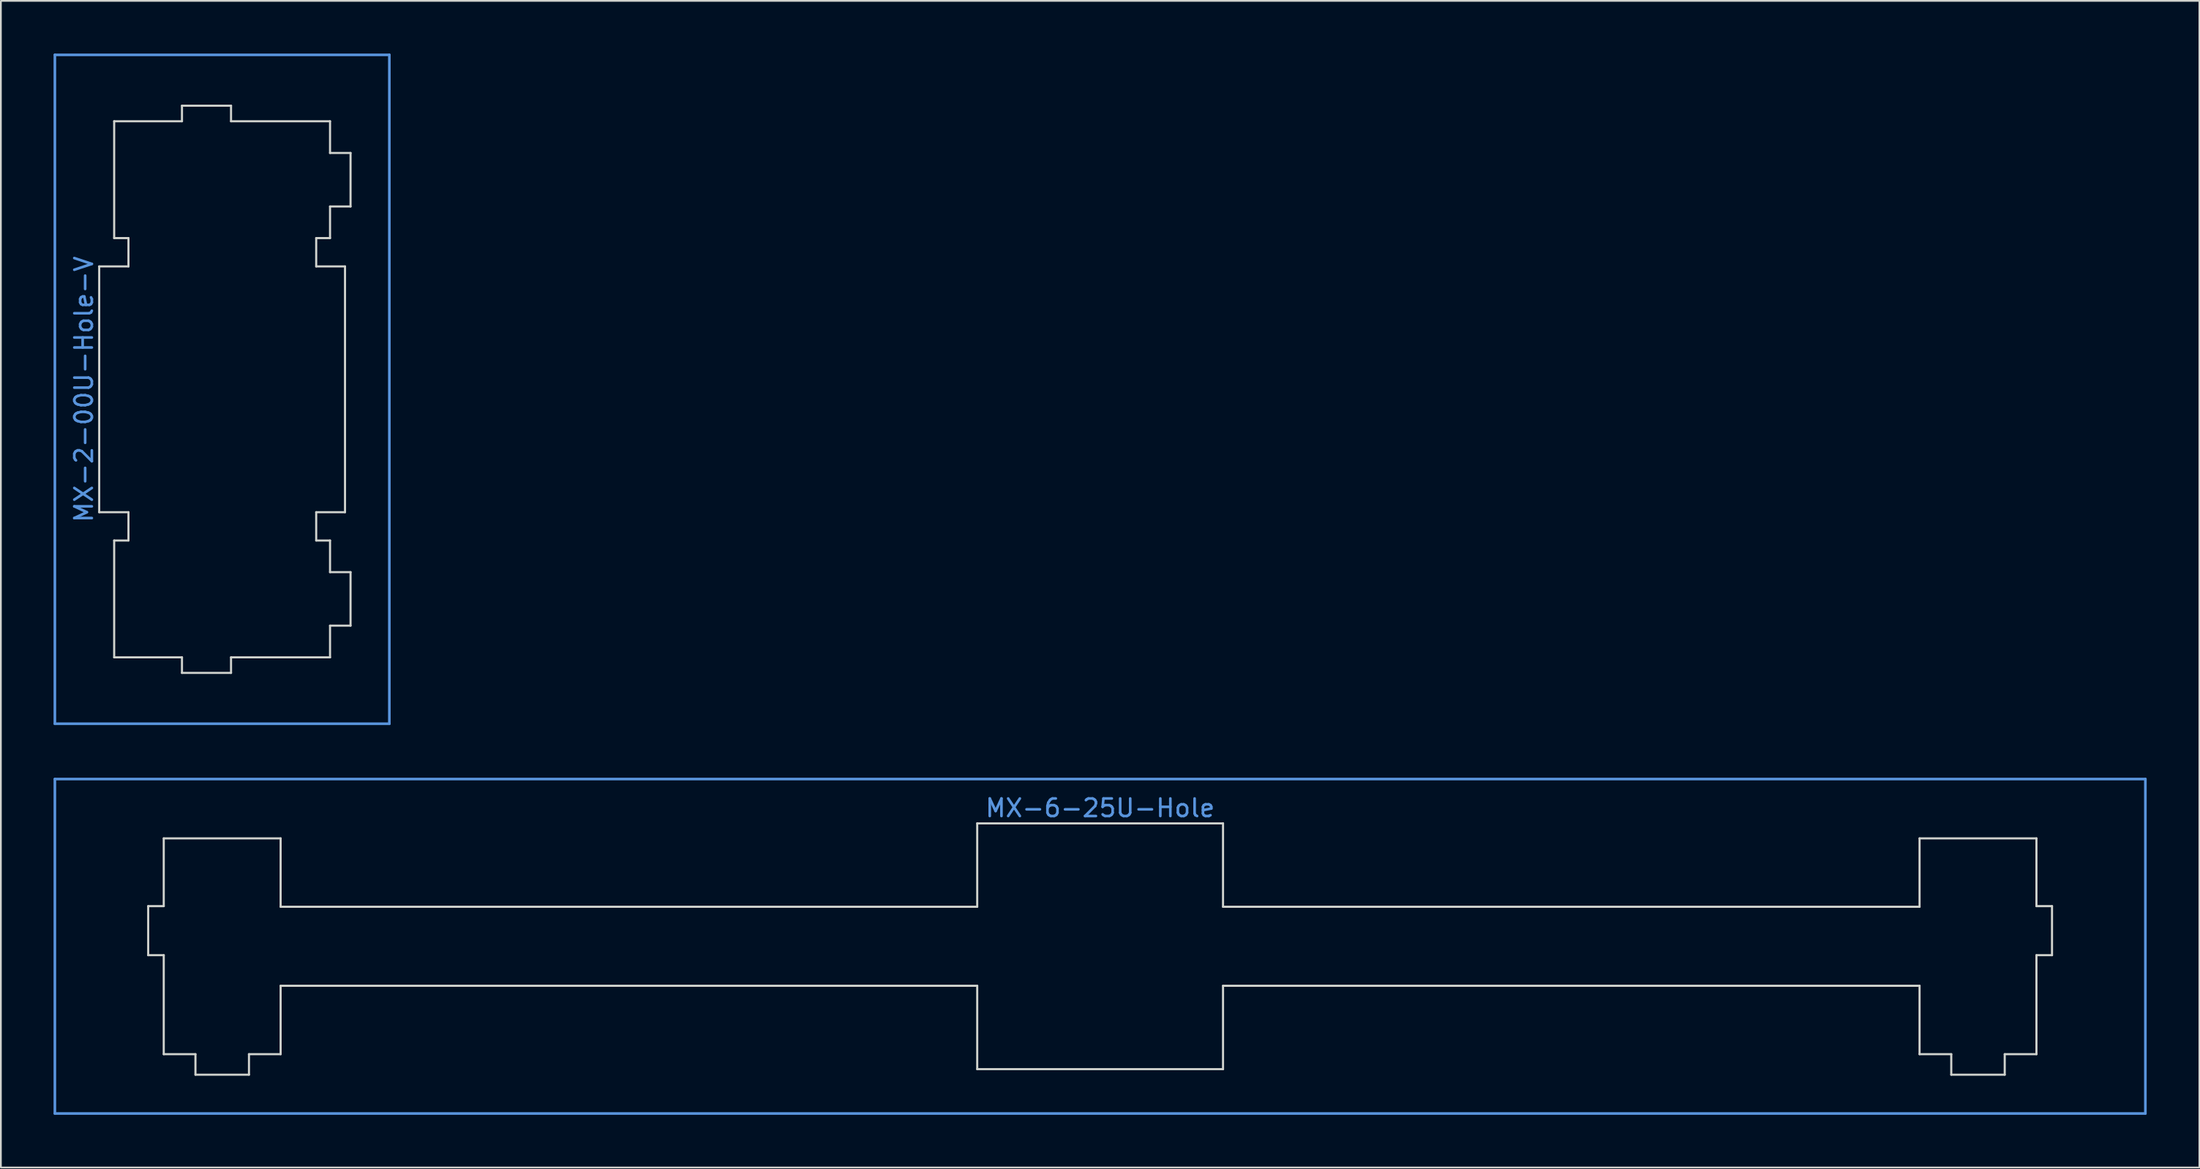
<source format=kicad_pcb>
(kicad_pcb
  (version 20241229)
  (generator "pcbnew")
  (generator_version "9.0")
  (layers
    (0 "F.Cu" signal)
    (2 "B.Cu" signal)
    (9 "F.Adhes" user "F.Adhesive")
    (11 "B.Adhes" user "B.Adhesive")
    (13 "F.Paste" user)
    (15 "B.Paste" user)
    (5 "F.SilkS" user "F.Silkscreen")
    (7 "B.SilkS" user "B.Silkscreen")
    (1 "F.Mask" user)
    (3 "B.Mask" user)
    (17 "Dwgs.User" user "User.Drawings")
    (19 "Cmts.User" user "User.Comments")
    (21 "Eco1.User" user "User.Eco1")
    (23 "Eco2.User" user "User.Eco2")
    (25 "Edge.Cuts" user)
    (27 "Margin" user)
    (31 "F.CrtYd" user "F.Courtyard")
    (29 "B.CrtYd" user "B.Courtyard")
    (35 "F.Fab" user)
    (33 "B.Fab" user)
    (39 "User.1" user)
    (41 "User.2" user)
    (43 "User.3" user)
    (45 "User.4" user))
  (footprint "MX-6-25U-Hole"
    (layer "F.Cu")
    (at 59.606 50.85)
    (property "Reference" "MX-6-25U-Hole" (at 0 -7.874 0) (layer "Cmts.User") (effects (font (size 1 1) (thickness 0.15))))
    (attr through_hole)
    (fp_line (start -59.531 -9.525) (end 59.531 -9.525) (stroke (width 0.15) (type solid)) (layer "Cmts.User"))
    (fp_line (start -59.531 9.525) (end -59.531 -9.525) (stroke (width 0.15) (type solid)) (layer "Cmts.User"))
    (fp_line (start 59.531 -9.525) (end 59.531 9.525) (stroke (width 0.15) (type solid)) (layer "Cmts.User"))
    (fp_line (start 59.531 9.525) (end -59.531 9.525) (stroke (width 0.15) (type solid)) (layer "Cmts.User"))
    (fp_line (start -54.216 -2.286) (end -54.216 0.508) (stroke (width 0.12) (type solid)) (layer "Edge.Cuts"))
    (fp_line (start -53.33 -6.147) (end -53.33 -2.286) (stroke (width 0.12) (type solid)) (layer "Edge.Cuts"))
    (fp_line (start -53.33 -2.286) (end -54.216 -2.286) (stroke (width 0.12) (type solid)) (layer "Edge.Cuts"))
    (fp_line (start -53.33 0.508) (end -54.216 0.508) (stroke (width 0.12) (type solid)) (layer "Edge.Cuts"))
    (fp_line (start -53.33 0.508) (end -53.33 6.147) (stroke (width 0.12) (type solid)) (layer "Edge.Cuts"))
    (fp_line (start -51.524 6.147) (end -53.33 6.147) (stroke (width 0.12) (type solid)) (layer "Edge.Cuts"))
    (fp_line (start -51.524 6.147) (end -51.524 7.315) (stroke (width 0.12) (type solid)) (layer "Edge.Cuts"))
    (fp_line (start -48.476 6.147) (end -48.476 7.315) (stroke (width 0.12) (type solid)) (layer "Edge.Cuts"))
    (fp_line (start -48.476 7.315) (end -51.524 7.315) (stroke (width 0.12) (type solid)) (layer "Edge.Cuts"))
    (fp_line (start -46.673 -6.147) (end -53.327 -6.147) (stroke (width 0.12) (type solid)) (layer "Edge.Cuts"))
    (fp_line (start -46.673 -6.147) (end -46.673 -2.25) (stroke (width 0.12) (type solid)) (layer "Edge.Cuts"))
    (fp_line (start -46.673 -2.25) (end -7 -2.25) (stroke (width 0.12) (type solid)) (layer "Edge.Cuts"))
    (fp_line (start -46.673 2.25) (end -7 2.25) (stroke (width 0.12) (type solid)) (layer "Edge.Cuts"))
    (fp_line (start -46.673 6.147) (end -48.479 6.147) (stroke (width 0.12) (type solid)) (layer "Edge.Cuts"))
    (fp_line (start -46.673 6.147) (end -46.673 2.25) (stroke (width 0.12) (type solid)) (layer "Edge.Cuts"))
    (fp_line (start -7 -7) (end -7 -2.25) (stroke (width 0.12) (type solid)) (layer "Edge.Cuts"))
    (fp_line (start -7 -7) (end 7 -7) (stroke (width 0.12) (type solid)) (layer "Edge.Cuts"))
    (fp_line (start -7 7) (end -7 2.25) (stroke (width 0.12) (type solid)) (layer "Edge.Cuts"))
    (fp_line (start -7 7) (end 7 7) (stroke (width 0.12) (type solid)) (layer "Edge.Cuts"))
    (fp_line (start 7 -7) (end 7 -2.25) (stroke (width 0.12) (type solid)) (layer "Edge.Cuts"))
    (fp_line (start 7 7) (end 7 2.25) (stroke (width 0.12) (type solid)) (layer "Edge.Cuts"))
    (fp_line (start 46.67 -6.147) (end 46.67 -2.25) (stroke (width 0.12) (type solid)) (layer "Edge.Cuts"))
    (fp_line (start 46.67 -2.25) (end 7 -2.25) (stroke (width 0.12) (type solid)) (layer "Edge.Cuts"))
    (fp_line (start 46.67 2.25) (end 7 2.25) (stroke (width 0.12) (type solid)) (layer "Edge.Cuts"))
    (fp_line (start 46.67 6.147) (end 46.67 2.25) (stroke (width 0.12) (type solid)) (layer "Edge.Cuts"))
    (fp_line (start 46.67 6.147) (end 48.476 6.147) (stroke (width 0.12) (type solid)) (layer "Edge.Cuts"))
    (fp_line (start 46.673 -6.147) (end 53.327 -6.147) (stroke (width 0.12) (type solid)) (layer "Edge.Cuts"))
    (fp_line (start 48.476 6.147) (end 48.476 7.315) (stroke (width 0.12) (type solid)) (layer "Edge.Cuts"))
    (fp_line (start 48.476 7.315) (end 51.521 7.315) (stroke (width 0.12) (type solid)) (layer "Edge.Cuts"))
    (fp_line (start 51.521 6.147) (end 51.521 7.315) (stroke (width 0.12) (type solid)) (layer "Edge.Cuts"))
    (fp_line (start 51.521 6.147) (end 53.327 6.147) (stroke (width 0.12) (type solid)) (layer "Edge.Cuts"))
    (fp_line (start 53.327 -6.147) (end 53.327 -2.286) (stroke (width 0.12) (type solid)) (layer "Edge.Cuts"))
    (fp_line (start 53.327 -2.286) (end 54.214 -2.286) (stroke (width 0.12) (type solid)) (layer "Edge.Cuts"))
    (fp_line (start 53.327 0.508) (end 53.327 6.147) (stroke (width 0.12) (type solid)) (layer "Edge.Cuts"))
    (fp_line (start 53.327 0.508) (end 54.214 0.508) (stroke (width 0.12) (type solid)) (layer "Edge.Cuts"))
    (fp_line (start 54.214 -2.286) (end 54.214 0.508) (stroke (width 0.12) (type solid)) (layer "Edge.Cuts")))
  (footprint "MX-2-00U-Hole-V"
    (layer "F.Cu")
    (at 9.6 19.125)
    (property "Reference" "MX-2-00U-Hole-V" (at -7.874 0 90) (layer "Cmts.User") (effects (font (size 1 1) (thickness 0.15))))
    (attr through_hole)
    (fp_line (start -9.525 -19.05) (end 9.525 -19.05) (stroke (width 0.15) (type solid)) (layer "Cmts.User"))
    (fp_line (start -9.525 19.05) (end -9.525 -19.05) (stroke (width 0.15) (type solid)) (layer "Cmts.User"))
    (fp_line (start -9.525 19.05) (end 9.525 19.05) (stroke (width 0.15) (type solid)) (layer "Cmts.User"))
    (fp_line (start 9.525 -19.05) (end 9.525 19.05) (stroke (width 0.15) (type solid)) (layer "Cmts.User"))
    (fp_line (start -7 -7) (end -5.334 -7) (stroke (width 0.12) (type solid)) (layer "Edge.Cuts"))
    (fp_line (start -7 7) (end -7 -7) (stroke (width 0.12) (type solid)) (layer "Edge.Cuts"))
    (fp_line (start -7 7) (end -5.334 7) (stroke (width 0.12) (type solid)) (layer "Edge.Cuts"))
    (fp_line (start -6.147 -15.268) (end -2.286 -15.268) (stroke (width 0.12) (type solid)) (layer "Edge.Cuts"))
    (fp_line (start -6.147 -8.613) (end -6.147 -15.268) (stroke (width 0.12) (type solid)) (layer "Edge.Cuts"))
    (fp_line (start -6.147 -8.613) (end -5.334 -8.613) (stroke (width 0.12) (type default)) (layer "Edge.Cuts"))
    (fp_line (start -6.147 8.613) (end -6.147 15.268) (stroke (width 0.12) (type solid)) (layer "Edge.Cuts"))
    (fp_line (start -6.147 8.613) (end -5.334 8.613) (stroke (width 0.12) (type default)) (layer "Edge.Cuts"))
    (fp_line (start -6.147 15.268) (end -2.286 15.268) (stroke (width 0.12) (type solid)) (layer "Edge.Cuts"))
    (fp_line (start -5.334 -8.613) (end -5.334 -7) (stroke (width 0.12) (type default)) (layer "Edge.Cuts"))
    (fp_line (start -5.334 8.613) (end -5.334 7) (stroke (width 0.12) (type default)) (layer "Edge.Cuts"))
    (fp_line (start -2.286 -16.154) (end 0.508 -16.154) (stroke (width 0.12) (type solid)) (layer "Edge.Cuts"))
    (fp_line (start -2.286 -15.268) (end -2.286 -16.154) (stroke (width 0.12) (type solid)) (layer "Edge.Cuts"))
    (fp_line (start -2.286 15.268) (end -2.286 16.154) (stroke (width 0.12) (type solid)) (layer "Edge.Cuts"))
    (fp_line (start -2.286 16.154) (end 0.508 16.154) (stroke (width 0.12) (type solid)) (layer "Edge.Cuts"))
    (fp_line (start 0.508 -15.268) (end 0.508 -16.154) (stroke (width 0.12) (type solid)) (layer "Edge.Cuts"))
    (fp_line (start 0.508 -15.268) (end 6.147 -15.268) (stroke (width 0.12) (type solid)) (layer "Edge.Cuts"))
    (fp_line (start 0.508 15.268) (end 0.508 16.154) (stroke (width 0.12) (type solid)) (layer "Edge.Cuts"))
    (fp_line (start 0.508 15.268) (end 6.147 15.268) (stroke (width 0.12) (type solid)) (layer "Edge.Cuts"))
    (fp_line (start 5.359 -8.613) (end 5.359 -7) (stroke (width 0.12) (type default)) (layer "Edge.Cuts"))
    (fp_line (start 5.359 8.613) (end 5.359 7) (stroke (width 0.12) (type default)) (layer "Edge.Cuts"))
    (fp_line (start 6.147 -13.462) (end 6.147 -15.268) (stroke (width 0.12) (type solid)) (layer "Edge.Cuts"))
    (fp_line (start 6.147 -13.462) (end 7.315 -13.462) (stroke (width 0.12) (type solid)) (layer "Edge.Cuts"))
    (fp_line (start 6.147 -10.414) (end 7.315 -10.414) (stroke (width 0.12) (type solid)) (layer "Edge.Cuts"))
    (fp_line (start 6.147 -8.613) (end 5.359 -8.613) (stroke (width 0.12) (type default)) (layer "Edge.Cuts"))
    (fp_line (start 6.147 -8.613) (end 6.147 -10.414) (stroke (width 0.12) (type solid)) (layer "Edge.Cuts"))
    (fp_line (start 6.147 8.613) (end 5.359 8.613) (stroke (width 0.12) (type default)) (layer "Edge.Cuts"))
    (fp_line (start 6.147 8.613) (end 6.147 10.414) (stroke (width 0.12) (type solid)) (layer "Edge.Cuts"))
    (fp_line (start 6.147 10.414) (end 7.315 10.414) (stroke (width 0.12) (type solid)) (layer "Edge.Cuts"))
    (fp_line (start 6.147 13.462) (end 6.147 15.268) (stroke (width 0.12) (type solid)) (layer "Edge.Cuts"))
    (fp_line (start 6.147 13.462) (end 7.315 13.462) (stroke (width 0.12) (type solid)) (layer "Edge.Cuts"))
    (fp_line (start 7 -7) (end 5.359 -7) (stroke (width 0.12) (type solid)) (layer "Edge.Cuts"))
    (fp_line (start 7 7) (end 5.359 7) (stroke (width 0.12) (type solid)) (layer "Edge.Cuts"))
    (fp_line (start 7 7) (end 7 -7) (stroke (width 0.12) (type solid)) (layer "Edge.Cuts"))
    (fp_line (start 7.315 -10.414) (end 7.315 -13.462) (stroke (width 0.12) (type solid)) (layer "Edge.Cuts"))
    (fp_line (start 7.315 10.414) (end 7.315 13.462) (stroke (width 0.12) (type solid)) (layer "Edge.Cuts")))
  (gr_rect
    (start -3 -3)
    (end 122.213 63.45)
    (stroke (width 0.1) (type default))
    (fill no)
    (layer "Edge.Cuts")))
</source>
